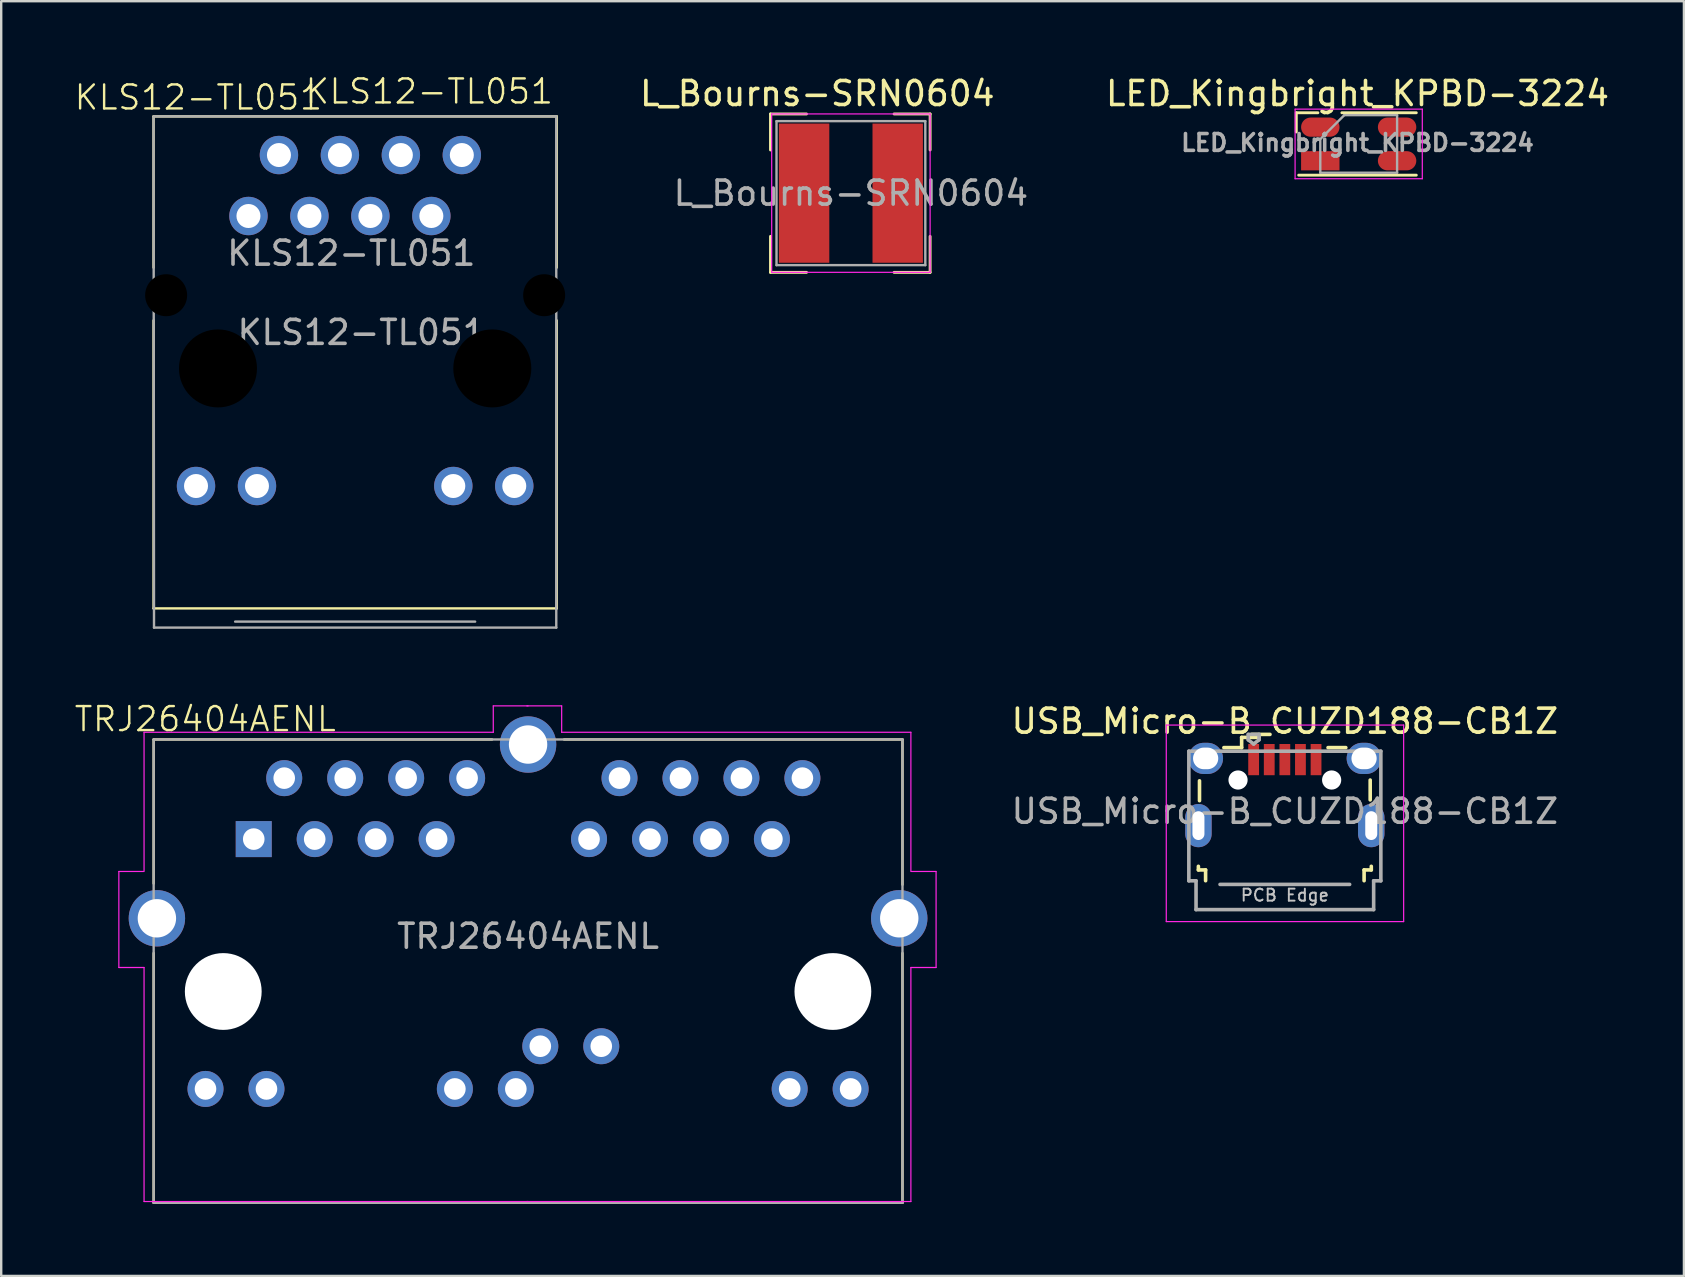
<source format=kicad_pcb>
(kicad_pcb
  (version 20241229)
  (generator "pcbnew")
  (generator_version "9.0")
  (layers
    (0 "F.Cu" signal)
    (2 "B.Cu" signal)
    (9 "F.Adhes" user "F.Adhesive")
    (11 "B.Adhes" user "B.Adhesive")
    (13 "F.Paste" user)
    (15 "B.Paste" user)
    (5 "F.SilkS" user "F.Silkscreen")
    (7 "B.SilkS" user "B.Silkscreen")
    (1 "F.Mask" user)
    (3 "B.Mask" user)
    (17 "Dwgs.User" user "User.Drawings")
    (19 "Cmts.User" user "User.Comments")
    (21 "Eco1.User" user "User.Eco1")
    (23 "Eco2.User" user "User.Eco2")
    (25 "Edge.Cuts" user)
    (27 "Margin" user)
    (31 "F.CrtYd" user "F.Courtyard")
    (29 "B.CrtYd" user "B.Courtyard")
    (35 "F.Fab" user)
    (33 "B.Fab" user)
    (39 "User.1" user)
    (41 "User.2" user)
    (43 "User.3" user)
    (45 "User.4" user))
  (footprint "TRJ26404AENL"
    (layer "F.Cu")
    (at 18.952 38.261)
    (property "Reference" "TRJ26404AENL" (at -13.45 -11.35 0) (unlocked yes) (layer "F.SilkS") (effects (font (size 1 1) (thickness 0.1))))
    (attr through_hole)
    (fp_line (start -15.6 -10.5) (end -15.6 -4.5) (stroke (width 0.1) (type default)) (layer "F.SilkS"))
    (fp_line (start -15.6 -1.6) (end -15.6 8.8) (stroke (width 0.1) (type default)) (layer "F.SilkS"))
    (fp_line (start -1.5 -10.5) (end -15.6 -10.5) (stroke (width 0.1) (type default)) (layer "F.SilkS"))
    (fp_line (start 15.6 -10.5) (end 1.5 -10.5) (stroke (width 0.1) (type default)) (layer "F.SilkS"))
    (fp_line (start 15.6 -10.5) (end 15.6 -4.45) (stroke (width 0.1) (type default)) (layer "F.SilkS"))
    (fp_line (start 15.6 -1.6) (end 15.6 8.8) (stroke (width 0.1) (type default)) (layer "F.SilkS"))
    (fp_line (start 15.6 8.8) (end -15.6 8.8) (stroke (width 0.1) (type default)) (layer "F.SilkS"))
    (fp_line (start -17.05 -5) (end -17.05 -1) (stroke (width 0.05) (type default)) (layer "F.CrtYd"))
    (fp_line (start -17.05 -1) (end -16 -1) (stroke (width 0.05) (type default)) (layer "F.CrtYd"))
    (fp_line (start -16.025 -5) (end -17.05 -5) (stroke (width 0.05) (type default)) (layer "F.CrtYd"))
    (fp_line (start -16 -10.8) (end -1.45 -10.8) (stroke (width 0.05) (type default)) (layer "F.CrtYd"))
    (fp_line (start -16 -5) (end -16 -10.8) (stroke (width 0.05) (type default)) (layer "F.CrtYd"))
    (fp_line (start -16 -1) (end -16 8.75) (stroke (width 0.05) (type default)) (layer "F.CrtYd"))
    (fp_line (start -16 8.75) (end 0 8.75) (stroke (width 0.05) (type default)) (layer "F.CrtYd"))
    (fp_line (start -1.45 -11.9) (end 0 -11.9) (stroke (width 0.05) (type default)) (layer "F.CrtYd"))
    (fp_line (start -1.45 -10.8) (end -1.45 -11.9) (stroke (width 0.05) (type default)) (layer "F.CrtYd"))
    (fp_line (start 1.4 -11.9) (end -0.05 -11.9) (stroke (width 0.05) (type default)) (layer "F.CrtYd"))
    (fp_line (start 1.4 -10.8) (end 1.4 -11.9) (stroke (width 0.05) (type default)) (layer "F.CrtYd"))
    (fp_line (start 15.95 -10.8) (end 1.4 -10.8) (stroke (width 0.05) (type default)) (layer "F.CrtYd"))
    (fp_line (start 15.95 -5) (end 15.95 -10.8) (stroke (width 0.05) (type default)) (layer "F.CrtYd"))
    (fp_line (start 15.95 -1) (end 15.95 8.75) (stroke (width 0.05) (type default)) (layer "F.CrtYd"))
    (fp_line (start 15.95 8.75) (end -0.05 8.75) (stroke (width 0.05) (type default)) (layer "F.CrtYd"))
    (fp_line (start 15.975 -5) (end 17 -5) (stroke (width 0.05) (type default)) (layer "F.CrtYd"))
    (fp_line (start 17 -5) (end 17 -1) (stroke (width 0.05) (type default)) (layer "F.CrtYd"))
    (fp_line (start 17 -1) (end 15.95 -1) (stroke (width 0.05) (type default)) (layer "F.CrtYd"))
    (fp_line (start -15.6 -10.5) (end 15.6 -10.5) (stroke (width 0.1) (type default)) (layer "F.Fab"))
    (fp_line (start -15.6 8.8) (end -15.6 -10.5) (stroke (width 0.1) (type default)) (layer "F.Fab"))
    (fp_line (start 15.6 -10.5) (end 15.6 8.8) (stroke (width 0.1) (type default)) (layer "F.Fab"))
    (fp_line (start 15.6 8.8) (end -15.6 8.8) (stroke (width 0.1) (type default)) (layer "F.Fab"))
    (fp_text user "${REFERENCE}" (at 0 -2.3 0) (unlocked yes) (layer "F.Fab") (effects (font (size 1 1) (thickness 0.15))))
    (pad "" np_thru_hole circle (at -12.7 0) (size 3.2 3.2) (drill 3.2) (layers "*.Cu" "*.Mask"))
    (pad "" np_thru_hole circle (at 12.7 0) (size 3.2 3.2) (drill 3.2) (layers "*.Cu" "*.Mask"))
    (pad "A1" thru_hole rect (at -11.43 -6.35) (size 1.5 1.5) (drill 0.9) (layers "*.Cu" "*.Mask"))
    (pad "A2" thru_hole circle (at -10.16 -8.89) (size 1.5 1.5) (drill 0.9) (layers "*.Cu" "*.Mask"))
    (pad "A3" thru_hole circle (at -8.89 -6.35) (size 1.5 1.5) (drill 0.9) (layers "*.Cu" "*.Mask"))
    (pad "A4" thru_hole circle (at -7.62 -8.89) (size 1.5 1.5) (drill 0.9) (layers "*.Cu" "*.Mask"))
    (pad "A5" thru_hole circle (at -6.35 -6.35) (size 1.5 1.5) (drill 0.9) (layers "*.Cu" "*.Mask"))
    (pad "A6" thru_hole circle (at -5.08 -8.89) (size 1.5 1.5) (drill 0.9) (layers "*.Cu" "*.Mask"))
    (pad "A7" thru_hole circle (at -3.81 -6.35) (size 1.5 1.5) (drill 0.9) (layers "*.Cu" "*.Mask"))
    (pad "A8" thru_hole circle (at -2.54 -8.89) (size 1.5 1.5) (drill 0.9) (layers "*.Cu" "*.Mask"))
    (pad "A9" thru_hole circle (at -13.44 4.06) (size 1.5 1.5) (drill 0.9) (layers "*.Cu" "*.Mask"))
    (pad "A10" thru_hole circle (at -10.9 4.06) (size 1.5 1.5) (drill 0.9) (layers "*.Cu" "*.Mask"))
    (pad "A11" thru_hole circle (at -3.05 4.06) (size 1.5 1.5) (drill 0.9) (layers "*.Cu" "*.Mask"))
    (pad "A12" thru_hole circle (at -0.51 4.06) (size 1.5 1.5) (drill 0.9) (layers "*.Cu" "*.Mask"))
    (pad "B1" thru_hole circle (at 2.54 -6.35) (size 1.5 1.5) (drill 0.9) (layers "*.Cu" "*.Mask"))
    (pad "B2" thru_hole circle (at 3.81 -8.89) (size 1.5 1.5) (drill 0.9) (layers "*.Cu" "*.Mask"))
    (pad "B3" thru_hole circle (at 5.08 -6.35) (size 1.5 1.5) (drill 0.9) (layers "*.Cu" "*.Mask"))
    (pad "B4" thru_hole circle (at 6.35 -8.89) (size 1.5 1.5) (drill 0.9) (layers "*.Cu" "*.Mask"))
    (pad "B5" thru_hole circle (at 7.62 -6.35) (size 1.5 1.5) (drill 0.9) (layers "*.Cu" "*.Mask"))
    (pad "B6" thru_hole circle (at 8.89 -8.89) (size 1.5 1.5) (drill 0.9) (layers "*.Cu" "*.Mask"))
    (pad "B7" thru_hole circle (at 10.16 -6.35) (size 1.5 1.5) (drill 0.9) (layers "*.Cu" "*.Mask"))
    (pad "B8" thru_hole circle (at 11.43 -8.89) (size 1.5 1.5) (drill 0.9) (layers "*.Cu" "*.Mask"))
    (pad "B9" thru_hole circle (at 0.51 2.28) (size 1.5 1.5) (drill 0.9) (layers "*.Cu" "*.Mask"))
    (pad "B10" thru_hole circle (at 3.05 2.28) (size 1.5 1.5) (drill 0.9) (layers "*.Cu" "*.Mask"))
    (pad "B11" thru_hole circle (at 10.9 4.06) (size 1.5 1.5) (drill 0.9) (layers "*.Cu" "*.Mask"))
    (pad "B12" thru_hole circle (at 13.44 4.06) (size 1.5 1.5) (drill 0.9) (layers "*.Cu" "*.Mask"))
    (pad "SH" thru_hole circle (at -15.465 -3.05) (size 2.35 2.35) (drill 1.6) (layers "*.Cu" "*.Mask"))
    (pad "SH" thru_hole circle (at 0 -10.29) (size 2.35 2.35) (drill 1.6) (layers "*.Cu" "*.Mask"))
    (pad "SH" thru_hole circle (at 15.465 -3.05) (size 2.35 2.35) (drill 1.6) (layers "*.Cu" "*.Mask")))
  (footprint "L_Bourns-SRN0604"
    (layer "F.Cu")
    (at 32.403 4.998)
    (property "Reference" "L_Bourns-SRN0604" (at -1.4 -4.15 0) (layer "F.SilkS") (effects (font (size 1 1) (thickness 0.15))))
    (fp_line (start -3.35 -3.3) (end -3.35 -1.8) (stroke (width 0.12) (type solid)) (layer "F.SilkS"))
    (fp_line (start -3.35 -3.3) (end -1.85 -3.3) (stroke (width 0.12) (type solid)) (layer "F.SilkS"))
    (fp_line (start -3.35 3.3) (end -3.35 1.8) (stroke (width 0.12) (type solid)) (layer "F.SilkS"))
    (fp_line (start -3.35 3.3) (end -1.85 3.3) (stroke (width 0.12) (type solid)) (layer "F.SilkS"))
    (fp_line (start 3.3 -3.3) (end 1.8 -3.3) (stroke (width 0.12) (type solid)) (layer "F.SilkS"))
    (fp_line (start 3.3 -3.3) (end 3.3 -1.8) (stroke (width 0.12) (type solid)) (layer "F.SilkS"))
    (fp_line (start 3.3 3.3) (end 1.8 3.3) (stroke (width 0.12) (type solid)) (layer "F.SilkS"))
    (fp_line (start 3.3 3.3) (end 3.3 1.8) (stroke (width 0.12) (type solid)) (layer "F.SilkS"))
    (fp_line (start -3.3 -3.3) (end -3.3 3.3) (stroke (width 0.05) (type solid)) (layer "F.CrtYd"))
    (fp_line (start -3.3 -3.3) (end 3.3 -3.3) (stroke (width 0.05) (type solid)) (layer "F.CrtYd"))
    (fp_line (start -3.3 3.3) (end 3.3 3.3) (stroke (width 0.05) (type solid)) (layer "F.CrtYd"))
    (fp_line (start 3.3 -3.3) (end 3.3 3.3) (stroke (width 0.05) (type solid)) (layer "F.CrtYd"))
    (fp_line (start -3.1 -3) (end -3.1 3) (stroke (width 0.1) (type solid)) (layer "F.Fab"))
    (fp_line (start -3.1 -3) (end 3.1 -3) (stroke (width 0.1) (type solid)) (layer "F.Fab"))
    (fp_line (start -3.1 3) (end 3.1 3) (stroke (width 0.1) (type solid)) (layer "F.Fab"))
    (fp_line (start 3.1 -3) (end 3.1 3) (stroke (width 0.1) (type solid)) (layer "F.Fab"))
    (fp_text user "${REFERENCE}" (at 0 0 0) (layer "F.Fab") (effects (font (size 1 1) (thickness 0.15))))
    (pad "1" smd rect (at -1.95 0) (size 2.1 5.8) (layers "F.Cu" "F.Mask" "F.Paste"))
    (pad "2" smd rect (at 1.95 0) (size 2.1 5.8) (layers "F.Cu" "F.Mask" "F.Paste")))
  (footprint "LED_Kingbright_KPBD-3224"
    (layer "F.Cu")
    (at 53.56 2.948)
    (property "Reference" "LED_Kingbright_KPBD-3224" (at -0.05 -2.1 0) (layer "F.SilkS") (effects (font (size 1 1) (thickness 0.15))))
    (attr smd)
    (fp_line (start -2.6 -1.3) (end -2.6 -0.5) (stroke (width 0.12) (type solid)) (layer "F.SilkS"))
    (fp_line (start -2.6 -1.3) (end -1.7 -1.3) (stroke (width 0.12) (type solid)) (layer "F.SilkS"))
    (fp_line (start -2.5 1.3) (end 2.4 1.3) (stroke (width 0.12) (type solid)) (layer "F.SilkS"))
    (fp_line (start 2.4 -1.3) (end -0.7 -1.3) (stroke (width 0.12) (type solid)) (layer "F.SilkS"))
    (fp_line (start -2.65 -1.45) (end -2.65 1.45) (stroke (width 0.05) (type solid)) (layer "F.CrtYd"))
    (fp_line (start -2.65 1.45) (end 2.65 1.45) (stroke (width 0.05) (type solid)) (layer "F.CrtYd"))
    (fp_line (start 2.65 -1.45) (end -2.65 -1.45) (stroke (width 0.05) (type solid)) (layer "F.CrtYd"))
    (fp_line (start 2.65 1.45) (end 2.65 -1.45) (stroke (width 0.05) (type solid)) (layer "F.CrtYd"))
    (fp_line (start -1.6 1.2) (end -1.6 -0.2) (stroke (width 0.1) (type solid)) (layer "F.Fab"))
    (fp_line (start -0.6 -1.2) (end -1.6 -0.2) (stroke (width 0.1) (type solid)) (layer "F.Fab"))
    (fp_line (start -0.6 -1.2) (end 1.6 -1.2) (stroke (width 0.1) (type solid)) (layer "F.Fab"))
    (fp_line (start 1.6 -1.2) (end 1.6 1.2) (stroke (width 0.1) (type solid)) (layer "F.Fab"))
    (fp_line (start 1.6 1.2) (end -1.6 1.2) (stroke (width 0.1) (type solid)) (layer "F.Fab"))
    (fp_text user "${REFERENCE}" (at -0.05 -0.05 0) (layer "F.Fab") (effects (font (size 0.7 0.7) (thickness 0.15))))
    (pad "1" smd rect (at -1.6 0.7 180) (size 1.6 0.8) (layers "F.Cu" "F.Mask" "F.Paste"))
    (pad "2" smd oval (at -1.6 -0.7 180) (size 1.6 0.8) (layers "F.Cu" "F.Mask" "F.Paste"))
    (pad "3" smd oval (at 1.6 0.7 180) (size 1.6 0.8) (layers "F.Cu" "F.Mask" "F.Paste"))
    (pad "4" smd oval (at 1.6 -0.7 180) (size 1.6 0.8) (layers "F.Cu" "F.Mask" "F.Paste")))
  (footprint "KLS12-TL051"
    (layer "F.Cu")
    (at 11.747 12.3)
    (property "Reference" "KLS12-TL051" (at -6.53 -11.29 0) (unlocked yes) (layer "F.SilkS") (effects (font (size 1 1) (thickness 0.1))))
    (property "Value" "KLS12-TL051" (at 0.23 -2.97 0) (unlocked yes) (layer "F.Fab") (hide yes) (effects (font (size 1 1) (thickness 0.15))))
    (attr smd)
    (fp_line (start -8.4 -10.5) (end -8.4 -4.2) (stroke (width 0.1) (type default)) (layer "F.SilkS"))
    (fp_line (start -8.4 -2) (end -8.4 10) (stroke (width 0.1) (type default)) (layer "F.SilkS"))
    (fp_line (start -8.4 10) (end 8.4 10) (stroke (width 0.1) (type default)) (layer "F.SilkS"))
    (fp_line (start 8.4 -10.5) (end -8.4 -10.5) (stroke (width 0.1) (type default)) (layer "F.SilkS"))
    (fp_line (start 8.4 -4.2) (end 8.4 -10.5) (stroke (width 0.1) (type default)) (layer "F.SilkS"))
    (fp_line (start 8.4 10) (end 8.4 -2) (stroke (width 0.1) (type default)) (layer "F.SilkS"))
    (fp_line (start -8.4 -10.5) (end -8.38 10.8) (stroke (width 0.1) (type default)) (layer "F.Fab"))
    (fp_line (start -8.38 -10.5) (end 8.38 -10.5) (stroke (width 0.1) (type default)) (layer "F.Fab"))
    (fp_line (start -8.38 10.8) (end 8.38 10.8) (stroke (width 0.1) (type default)) (layer "F.Fab"))
    (fp_line (start -5 10.55) (end 5 10.55) (stroke (width 0.1) (type default)) (layer "F.Fab"))
    (fp_line (start 8.38 -10.5) (end 8.38 10.8) (stroke (width 0.1) (type default)) (layer "F.Fab"))
    (fp_text user "${REFERENCE}" (at 3.09 -11.54 0) (unlocked yes) (layer "F.SilkS") (effects (font (size 1 1) (thickness 0.1))))
    (fp_text user "${REFERENCE}" (at 0.27 -1.5 0) (unlocked yes) (layer "F.Fab") (effects (font (size 1 1) (thickness 0.15))))
    (fp_text user "${VALUE}" (at -0.16 -4.8 0) (unlocked yes) (layer "F.Fab") (effects (font (size 1 1) (thickness 0.15))))
    (pad "" np_thru_hole circle (at -7.875 -3.05) (size 1.75 1.75) (drill 1.75) (layers "*.Mask"))
    (pad "" np_thru_hole circle (at -5.715 0) (size 3.25 3.25) (drill 3.25) (layers "*.Mask"))
    (pad "" np_thru_hole circle (at 5.715 0) (size 3.25 3.25) (drill 3.25) (layers "*.Mask"))
    (pad "" np_thru_hole circle (at 7.875 -3.05) (size 1.75 1.75) (drill 1.75) (layers "*.Mask"))
    (pad "1" thru_hole circle (at -4.445 -6.35) (size 1.6 1.6) (drill 1) (layers "*.Cu" "*.Mask"))
    (pad "2" thru_hole circle (at -3.175 -8.89) (size 1.6 1.6) (drill 1) (layers "*.Cu" "*.Mask"))
    (pad "3" thru_hole circle (at -1.905 -6.35) (size 1.6 1.6) (drill 1) (layers "*.Cu" "*.Mask"))
    (pad "4" thru_hole circle (at -0.635 -8.89) (size 1.6 1.6) (drill 1) (layers "*.Cu" "*.Mask"))
    (pad "5" thru_hole circle (at 0.635 -6.35) (size 1.6 1.6) (drill 1) (layers "*.Cu" "*.Mask"))
    (pad "6" thru_hole circle (at 1.905 -8.89) (size 1.6 1.6) (drill 1) (layers "*.Cu" "*.Mask"))
    (pad "7" thru_hole circle (at 3.175 -6.35) (size 1.6 1.6) (drill 1) (layers "*.Cu" "*.Mask"))
    (pad "8" thru_hole circle (at 4.445 -8.89) (size 1.6 1.6) (drill 1) (layers "*.Cu" "*.Mask"))
    (pad "9" thru_hole circle (at -6.63 4.9) (size 1.6 1.6) (drill 1) (layers "*.Cu" "*.Mask"))
    (pad "10" thru_hole circle (at -4.09 4.9) (size 1.6 1.6) (drill 1) (layers "*.Cu" "*.Mask"))
    (pad "11" thru_hole circle (at 4.09 4.9) (size 1.6 1.6) (drill 1) (layers "*.Cu" "*.Mask"))
    (pad "12" thru_hole circle (at 6.63 4.9) (size 1.6 1.6) (drill 1) (layers "*.Cu" "*.Mask")))
  (footprint "USB_Micro-B_CUZD188-CB1Z"
    (layer "F.Cu")
    (at 50.483 30.499)
    (property "Reference" "USB_Micro-B_CUZD188-CB1Z" (at 0 -3.5 0) (layer "F.SilkS") (effects (font (size 1 1) (thickness 0.15))))
    (attr smd)
    (fp_line (start -3.602 2.546) (end -3.602 2.696) (stroke (width 0.15) (type solid)) (layer "F.SilkS"))
    (fp_line (start -3.602 2.696) (end -3.302 2.696) (stroke (width 0.15) (type solid)) (layer "F.SilkS"))
    (fp_line (start -3.556 -1.016) (end -3.556 -0.189) (stroke (width 0.15) (type solid)) (layer "F.SilkS"))
    (fp_line (start -3.302 2.696) (end -3.302 3.146) (stroke (width 0.15) (type solid)) (layer "F.SilkS"))
    (fp_line (start -1.8 -2.825) (end -1.8 -2.4) (stroke (width 0.15) (type solid)) (layer "F.SilkS"))
    (fp_line (start -1.8 -2.4) (end -2.54 -2.4) (stroke (width 0.15) (type solid)) (layer "F.SilkS"))
    (fp_line (start -1.075 -2.825) (end -1.8 -2.825) (stroke (width 0.15) (type solid)) (layer "F.SilkS"))
    (fp_line (start 1.8 -2.4) (end 2.54 -2.4) (stroke (width 0.15) (type solid)) (layer "F.SilkS"))
    (fp_line (start 3.302 2.696) (end 3.602 2.696) (stroke (width 0.15) (type solid)) (layer "F.SilkS"))
    (fp_line (start 3.302 3.146) (end 3.302 2.696) (stroke (width 0.15) (type solid)) (layer "F.SilkS"))
    (fp_line (start 3.556 -1.048) (end 3.556 -0.222) (stroke (width 0.15) (type solid)) (layer "F.SilkS"))
    (fp_line (start 3.602 2.696) (end 3.602 2.546) (stroke (width 0.15) (type solid)) (layer "F.SilkS"))
    (fp_line (start -4.94 -3.34) (end -4.94 4.85) (stroke (width 0.05) (type solid)) (layer "F.CrtYd"))
    (fp_line (start -4.94 4.85) (end 4.95 4.85) (stroke (width 0.05) (type solid)) (layer "F.CrtYd"))
    (fp_line (start 4.95 -3.34) (end -4.94 -3.34) (stroke (width 0.05) (type solid)) (layer "F.CrtYd"))
    (fp_line (start 4.95 4.85) (end 4.95 -3.34) (stroke (width 0.05) (type solid)) (layer "F.CrtYd"))
    (fp_line (start -4 -2.25) (end -4 3.15) (stroke (width 0.15) (type solid)) (layer "F.Fab"))
    (fp_line (start -4 3.15) (end -3.7 3.15) (stroke (width 0.15) (type solid)) (layer "F.Fab"))
    (fp_line (start -3.7 3.15) (end -3.7 4.35) (stroke (width 0.15) (type solid)) (layer "F.Fab"))
    (fp_line (start -3.7 4.35) (end 3.7 4.35) (stroke (width 0.15) (type solid)) (layer "F.Fab"))
    (fp_line (start -2.7 3.3) (end 2.7 3.3) (stroke (width 0.15) (type solid)) (layer "F.Fab"))
    (fp_line (start -1.525 -2.95) (end -1.075 -2.95) (stroke (width 0.15) (type solid)) (layer "F.Fab"))
    (fp_line (start -1.525 -2.725) (end -1.525 -2.95) (stroke (width 0.15) (type solid)) (layer "F.Fab"))
    (fp_line (start -1.3 -2.55) (end -1.525 -2.725) (stroke (width 0.15) (type solid)) (layer "F.Fab"))
    (fp_line (start -1.075 -2.95) (end -1.075 -2.725) (stroke (width 0.15) (type solid)) (layer "F.Fab"))
    (fp_line (start -1.075 -2.725) (end -1.3 -2.55) (stroke (width 0.15) (type solid)) (layer "F.Fab"))
    (fp_line (start 3.7 3.15) (end 4 3.15) (stroke (width 0.15) (type solid)) (layer "F.Fab"))
    (fp_line (start 3.7 4.35) (end 3.7 3.15) (stroke (width 0.15) (type solid)) (layer "F.Fab"))
    (fp_line (start 4 -2.25) (end -4 -2.25) (stroke (width 0.15) (type solid)) (layer "F.Fab"))
    (fp_line (start 4 3.15) (end 4 -2.25) (stroke (width 0.15) (type solid)) (layer "F.Fab"))
    (fp_text user "PCB Edge" (at 0 3.75 0) (layer "Dwgs.User") (effects (font (size 0.5 0.5) (thickness 0.08))))
    (fp_text user "${REFERENCE}" (at 0 0.254 0) (layer "F.Fab") (effects (font (size 1 1) (thickness 0.15))))
    (pad "" np_thru_hole oval (at -1.95 -1.05) (size 0.8 0.8) (drill 0.8) (layers "*.Cu" "*.Mask"))
    (pad "" np_thru_hole oval (at 1.95 -1.05) (size 0.8 0.8) (drill 0.8) (layers "*.Cu" "*.Mask"))
    (pad "1" smd rect (at -1.3 -1.9) (size 0.45 1.3) (layers "F.Cu" "F.Mask" "F.Paste"))
    (pad "2" smd rect (at -0.65 -1.9) (size 0.45 1.3) (layers "F.Cu" "F.Mask" "F.Paste"))
    (pad "3" smd rect (at 0 -1.9) (size 0.45 1.3) (layers "F.Cu" "F.Mask" "F.Paste"))
    (pad "4" smd rect (at 0.65 -1.9) (size 0.45 1.3) (layers "F.Cu" "F.Mask" "F.Paste"))
    (pad "5" smd rect (at 1.3 -1.9) (size 0.45 1.3) (layers "F.Cu" "F.Mask" "F.Paste"))
    (pad "6" thru_hole oval (at -3.6 0.85) (size 1.1 1.8) (drill oval 0.5 1.2) (layers "*.Cu" "*.Mask"))
    (pad "6" thru_hole oval (at -3.3 -1.95) (size 1.45 1.3) (drill oval 1.05 0.9) (layers "*.Cu" "*.Mask"))
    (pad "6" thru_hole oval (at 3.3 -1.95) (size 1.45 1.3) (drill oval 1.05 0.9) (layers "*.Cu" "*.Mask"))
    (pad "6" thru_hole oval (at 3.6 0.85) (size 1.1 1.8) (drill oval 0.5 1.2) (layers "*.Cu" "*.Mask")))
  (gr_rect
    (start -3 -3)
    (end 67.111 50.111)
    (stroke (width 0.1) (type default))
    (fill no)
    (layer "Edge.Cuts")))
</source>
